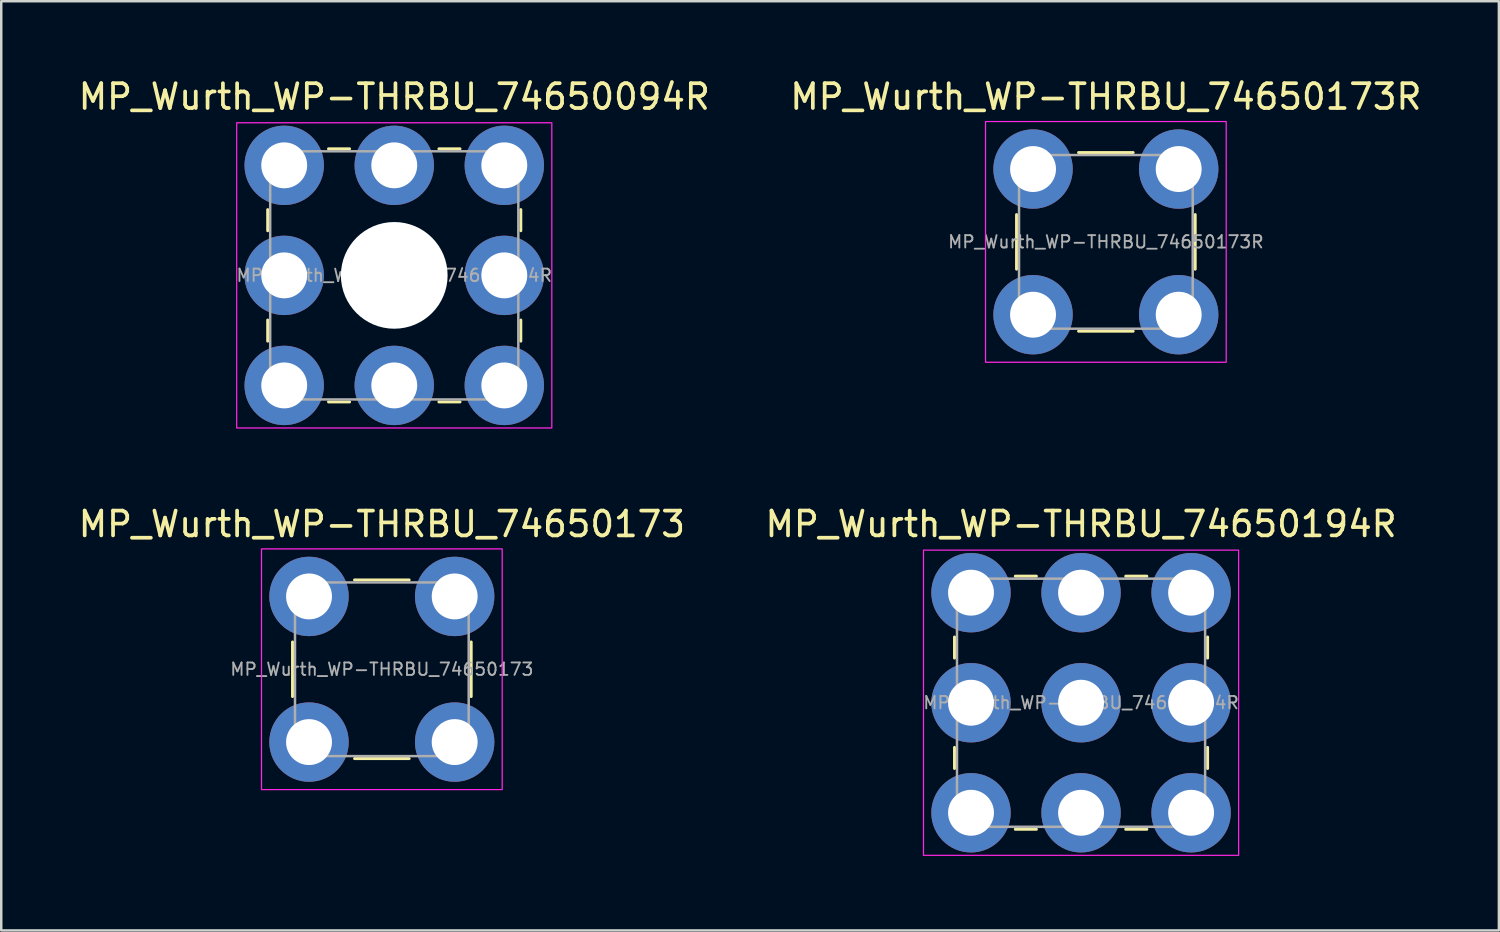
<source format=kicad_pcb>
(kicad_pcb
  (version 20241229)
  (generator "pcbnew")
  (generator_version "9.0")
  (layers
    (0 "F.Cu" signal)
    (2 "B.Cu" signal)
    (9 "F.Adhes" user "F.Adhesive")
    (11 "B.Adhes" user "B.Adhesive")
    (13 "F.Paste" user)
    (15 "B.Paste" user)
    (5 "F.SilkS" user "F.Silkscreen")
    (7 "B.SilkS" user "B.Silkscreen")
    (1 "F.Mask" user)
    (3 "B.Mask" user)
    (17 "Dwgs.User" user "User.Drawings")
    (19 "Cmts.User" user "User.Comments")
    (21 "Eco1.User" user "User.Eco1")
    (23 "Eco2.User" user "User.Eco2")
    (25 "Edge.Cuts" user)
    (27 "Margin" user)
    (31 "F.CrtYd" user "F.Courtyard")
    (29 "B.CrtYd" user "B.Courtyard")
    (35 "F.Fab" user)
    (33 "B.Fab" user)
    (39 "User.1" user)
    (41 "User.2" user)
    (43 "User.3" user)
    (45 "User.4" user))
  (footprint "MP_Wurth_WP-THRBU_74650173R"
    (layer "F.Cu")
    (at 41.518 6.698)
    (property "Reference" "MP_Wurth_WP-THRBU_74650173R" (at 0 -5.85 0) (unlocked yes) (layer "F.SilkS") (effects (font (size 1 1) (thickness 0.15))))
    (attr through_hole)
    (fp_line (start -3.6 1.1) (end -3.6 -1.1) (stroke (width 0.12) (type solid)) (layer "F.SilkS"))
    (fp_line (start -1.1 -3.6) (end 1.1 -3.6) (stroke (width 0.12) (type solid)) (layer "F.SilkS"))
    (fp_line (start -1.1 3.6) (end 1.1 3.6) (stroke (width 0.12) (type solid)) (layer "F.SilkS"))
    (fp_line (start 3.6 -1.1) (end 3.6 1.1) (stroke (width 0.12) (type solid)) (layer "F.SilkS"))
    (fp_circle (center -2.935 -2.935) (end -2.185 -2.935) (stroke (width 1.6) (type solid)) (fill no) (layer "F.Paste"))
    (fp_circle (center -2.935 2.935) (end -2.185 2.935) (stroke (width 1.6) (type solid)) (fill no) (layer "F.Paste"))
    (fp_circle (center 2.935 -2.935) (end 3.685 -2.935) (stroke (width 1.6) (type solid)) (fill no) (layer "F.Paste"))
    (fp_circle (center 2.935 2.935) (end 3.685 2.935) (stroke (width 1.6) (type solid)) (fill no) (layer "F.Paste"))
    (fp_rect (start -4.85 -4.85) (end 4.85 4.85) (stroke (width 0.05) (type solid)) (fill no) (layer "F.CrtYd"))
    (fp_line (start -3.5 -3.5) (end 3.5 -3.5) (stroke (width 0.1) (type solid)) (layer "F.Fab"))
    (fp_line (start -3.5 3.5) (end -3.5 -3.5) (stroke (width 0.1) (type solid)) (layer "F.Fab"))
    (fp_line (start 3.5 -3.5) (end 3.5 3.5) (stroke (width 0.1) (type solid)) (layer "F.Fab"))
    (fp_line (start 3.5 3.5) (end -3.5 3.5) (stroke (width 0.1) (type solid)) (layer "F.Fab"))
    (fp_text user "${REFERENCE}" (at 0 0 0) (unlocked yes) (layer "F.Fab") (effects (font (size 0.5 0.5) (thickness 0.075))))
    (pad "1" thru_hole circle (at -2.935 -2.935) (size 3.2 3.2) (drill 1.85) (layers "*.Cu" "*.Mask"))
    (pad "1" thru_hole circle (at -2.935 2.935) (size 3.2 3.2) (drill 1.85) (layers "*.Cu" "*.Mask"))
    (pad "1" thru_hole circle (at 2.935 -2.935) (size 3.2 3.2) (drill 1.85) (layers "*.Cu" "*.Mask"))
    (pad "1" thru_hole circle (at 2.935 2.935) (size 3.2 3.2) (drill 1.85) (layers "*.Cu" "*.Mask")))
  (footprint "MP_Wurth_WP-THRBU_74650173"
    (layer "F.Cu")
    (at 12.339 23.922)
    (property "Reference" "MP_Wurth_WP-THRBU_74650173" (at 0 -5.85 0) (unlocked yes) (layer "F.SilkS") (effects (font (size 1 1) (thickness 0.15))))
    (attr through_hole)
    (fp_line (start -3.6 1.1) (end -3.6 -1.1) (stroke (width 0.12) (type solid)) (layer "F.SilkS"))
    (fp_line (start -1.1 -3.6) (end 1.1 -3.6) (stroke (width 0.12) (type solid)) (layer "F.SilkS"))
    (fp_line (start -1.1 3.6) (end 1.1 3.6) (stroke (width 0.12) (type solid)) (layer "F.SilkS"))
    (fp_line (start 3.6 -1.1) (end 3.6 1.1) (stroke (width 0.12) (type solid)) (layer "F.SilkS"))
    (fp_circle (center -2.935 -2.935) (end -2.185 -2.935) (stroke (width 1.6) (type solid)) (fill no) (layer "F.Paste"))
    (fp_circle (center -2.935 2.935) (end -2.185 2.935) (stroke (width 1.6) (type solid)) (fill no) (layer "F.Paste"))
    (fp_circle (center 2.935 -2.935) (end 3.685 -2.935) (stroke (width 1.6) (type solid)) (fill no) (layer "F.Paste"))
    (fp_circle (center 2.935 2.935) (end 3.685 2.935) (stroke (width 1.6) (type solid)) (fill no) (layer "F.Paste"))
    (fp_rect (start -4.85 -4.85) (end 4.85 4.85) (stroke (width 0.05) (type solid)) (fill no) (layer "F.CrtYd"))
    (fp_line (start -3.5 -3.5) (end 3.5 -3.5) (stroke (width 0.1) (type solid)) (layer "F.Fab"))
    (fp_line (start -3.5 3.5) (end -3.5 -3.5) (stroke (width 0.1) (type solid)) (layer "F.Fab"))
    (fp_line (start 3.5 -3.5) (end 3.5 3.5) (stroke (width 0.1) (type solid)) (layer "F.Fab"))
    (fp_line (start 3.5 3.5) (end -3.5 3.5) (stroke (width 0.1) (type solid)) (layer "F.Fab"))
    (fp_text user "${REFERENCE}" (at 0 0 0) (unlocked yes) (layer "F.Fab") (effects (font (size 0.5 0.5) (thickness 0.075))))
    (pad "1" thru_hole circle (at -2.935 -2.935) (size 3.2 3.2) (drill 1.85) (layers "*.Cu" "*.Mask"))
    (pad "1" thru_hole circle (at -2.935 2.935) (size 3.2 3.2) (drill 1.85) (layers "*.Cu" "*.Mask"))
    (pad "1" thru_hole circle (at 2.935 -2.935) (size 3.2 3.2) (drill 1.85) (layers "*.Cu" "*.Mask"))
    (pad "1" thru_hole circle (at 2.935 2.935) (size 3.2 3.2) (drill 1.85) (layers "*.Cu" "*.Mask")))
  (footprint "MP_Wurth_WP-THRBU_74650094R"
    (layer "F.Cu")
    (at 12.839 8.048)
    (property "Reference" "MP_Wurth_WP-THRBU_74650094R" (at 0 -7.2 0) (unlocked yes) (layer "F.SilkS") (effects (font (size 1 1) (thickness 0.15))))
    (attr through_hole)
    (fp_line (start -5.1 -1.8) (end -5.1 -2.65) (stroke (width 0.12) (type solid)) (layer "F.SilkS"))
    (fp_line (start -5.1 2.65) (end -5.1 1.8) (stroke (width 0.12) (type solid)) (layer "F.SilkS"))
    (fp_line (start -2.65 -5.1) (end -1.8 -5.1) (stroke (width 0.12) (type solid)) (layer "F.SilkS"))
    (fp_line (start -1.8 5.1) (end -2.65 5.1) (stroke (width 0.12) (type solid)) (layer "F.SilkS"))
    (fp_line (start 1.8 -5.1) (end 2.65 -5.1) (stroke (width 0.12) (type solid)) (layer "F.SilkS"))
    (fp_line (start 2.65 5.1) (end 1.8 5.1) (stroke (width 0.12) (type solid)) (layer "F.SilkS"))
    (fp_line (start 5.1 -2.65) (end 5.1 -1.8) (stroke (width 0.12) (type solid)) (layer "F.SilkS"))
    (fp_line (start 5.1 1.8) (end 5.1 2.65) (stroke (width 0.12) (type solid)) (layer "F.SilkS"))
    (fp_circle (center -4.435 -4.435) (end -3.685 -4.435) (stroke (width 1.6) (type solid)) (fill no) (layer "F.Paste"))
    (fp_circle (center -4.435 0) (end -3.685 0) (stroke (width 1.6) (type solid)) (fill no) (layer "F.Paste"))
    (fp_circle (center -4.435 4.435) (end -3.685 4.435) (stroke (width 1.6) (type solid)) (fill no) (layer "F.Paste"))
    (fp_circle (center 0 -4.435) (end 0.75 -4.435) (stroke (width 1.6) (type solid)) (fill no) (layer "F.Paste"))
    (fp_circle (center 0 4.435) (end 0.75 4.435) (stroke (width 1.6) (type solid)) (fill no) (layer "F.Paste"))
    (fp_circle (center 4.435 -4.435) (end 5.185 -4.435) (stroke (width 1.6) (type solid)) (fill no) (layer "F.Paste"))
    (fp_circle (center 4.435 0) (end 5.185 0) (stroke (width 1.6) (type solid)) (fill no) (layer "F.Paste"))
    (fp_circle (center 4.435 4.435) (end 5.185 4.435) (stroke (width 1.6) (type solid)) (fill no) (layer "F.Paste"))
    (fp_rect (start -6.35 -6.15) (end 6.35 6.15) (stroke (width 0.05) (type solid)) (fill no) (layer "F.CrtYd"))
    (fp_line (start -5 -5) (end 5 -5) (stroke (width 0.1) (type solid)) (layer "F.Fab"))
    (fp_line (start -5 5) (end -5 -5) (stroke (width 0.1) (type solid)) (layer "F.Fab"))
    (fp_line (start 5 -5) (end 5 5) (stroke (width 0.1) (type solid)) (layer "F.Fab"))
    (fp_line (start 5 5) (end -5 5) (stroke (width 0.1) (type solid)) (layer "F.Fab"))
    (fp_text user "${REFERENCE}" (at 0 0 0) (unlocked yes) (layer "F.Fab") (effects (font (size 0.5 0.5) (thickness 0.075))))
    (pad "" np_thru_hole circle (at 0 0) (size 4.3 4.3) (drill 4.3) (layers "*.Cu" "*.Mask"))
    (pad "1" thru_hole circle (at -4.435 -4.435) (size 3.2 3.2) (drill 1.85) (layers "*.Cu" "*.Mask"))
    (pad "1" thru_hole circle (at -4.435 0) (size 3.2 3.2) (drill 1.85) (layers "*.Cu" "*.Mask"))
    (pad "1" thru_hole circle (at -4.435 4.435) (size 3.2 3.2) (drill 1.85) (layers "*.Cu" "*.Mask"))
    (pad "1" thru_hole circle (at 0 -4.435) (size 3.2 3.2) (drill 1.85) (layers "*.Cu" "*.Mask"))
    (pad "1" thru_hole circle (at 0 4.435) (size 3.2 3.2) (drill 1.85) (layers "*.Cu" "*.Mask"))
    (pad "1" thru_hole circle (at 4.435 -4.435) (size 3.2 3.2) (drill 1.85) (layers "*.Cu" "*.Mask"))
    (pad "1" thru_hole circle (at 4.435 0) (size 3.2 3.2) (drill 1.85) (layers "*.Cu" "*.Mask"))
    (pad "1" thru_hole circle (at 4.435 4.435) (size 3.2 3.2) (drill 1.85) (layers "*.Cu" "*.Mask")))
  (footprint "MP_Wurth_WP-THRBU_74650194R"
    (layer "F.Cu")
    (at 40.518 25.271)
    (property "Reference" "MP_Wurth_WP-THRBU_74650194R" (at 0 -7.2 0) (unlocked yes) (layer "F.SilkS") (effects (font (size 1 1) (thickness 0.15))))
    (attr through_hole)
    (fp_line (start -5.1 -1.8) (end -5.1 -2.65) (stroke (width 0.12) (type solid)) (layer "F.SilkS"))
    (fp_line (start -5.1 2.65) (end -5.1 1.8) (stroke (width 0.12) (type solid)) (layer "F.SilkS"))
    (fp_line (start -2.65 -5.1) (end -1.8 -5.1) (stroke (width 0.12) (type solid)) (layer "F.SilkS"))
    (fp_line (start -1.8 5.1) (end -2.65 5.1) (stroke (width 0.12) (type solid)) (layer "F.SilkS"))
    (fp_line (start 1.8 -5.1) (end 2.65 -5.1) (stroke (width 0.12) (type solid)) (layer "F.SilkS"))
    (fp_line (start 2.65 5.1) (end 1.8 5.1) (stroke (width 0.12) (type solid)) (layer "F.SilkS"))
    (fp_line (start 5.1 -2.65) (end 5.1 -1.8) (stroke (width 0.12) (type solid)) (layer "F.SilkS"))
    (fp_line (start 5.1 1.8) (end 5.1 2.65) (stroke (width 0.12) (type solid)) (layer "F.SilkS"))
    (fp_circle (center -4.435 -4.435) (end -3.685 -4.435) (stroke (width 1.6) (type solid)) (fill no) (layer "F.Paste"))
    (fp_circle (center -4.435 0) (end -3.685 0) (stroke (width 1.6) (type solid)) (fill no) (layer "F.Paste"))
    (fp_circle (center -4.435 4.435) (end -3.685 4.435) (stroke (width 1.6) (type solid)) (fill no) (layer "F.Paste"))
    (fp_circle (center 0 -4.435) (end 0.75 -4.435) (stroke (width 1.6) (type solid)) (fill no) (layer "F.Paste"))
    (fp_circle (center 0 0) (end 0.75 0) (stroke (width 1.6) (type solid)) (fill no) (layer "F.Paste"))
    (fp_circle (center 0 4.435) (end 0.75 4.435) (stroke (width 1.6) (type solid)) (fill no) (layer "F.Paste"))
    (fp_circle (center 4.435 -4.435) (end 5.185 -4.435) (stroke (width 1.6) (type solid)) (fill no) (layer "F.Paste"))
    (fp_circle (center 4.435 0) (end 5.185 0) (stroke (width 1.6) (type solid)) (fill no) (layer "F.Paste"))
    (fp_circle (center 4.435 4.435) (end 5.185 4.435) (stroke (width 1.6) (type solid)) (fill no) (layer "F.Paste"))
    (fp_rect (start -6.35 -6.15) (end 6.35 6.15) (stroke (width 0.05) (type solid)) (fill no) (layer "F.CrtYd"))
    (fp_line (start -5 -5) (end 5 -5) (stroke (width 0.1) (type solid)) (layer "F.Fab"))
    (fp_line (start -5 5) (end -5 -5) (stroke (width 0.1) (type solid)) (layer "F.Fab"))
    (fp_line (start 5 -5) (end 5 5) (stroke (width 0.1) (type solid)) (layer "F.Fab"))
    (fp_line (start 5 5) (end -5 5) (stroke (width 0.1) (type solid)) (layer "F.Fab"))
    (fp_text user "${REFERENCE}" (at 0 0 0) (unlocked yes) (layer "F.Fab") (effects (font (size 0.5 0.5) (thickness 0.075))))
    (pad "1" thru_hole circle (at -4.435 -4.435) (size 3.2 3.2) (drill 1.85) (layers "*.Cu" "*.Mask"))
    (pad "1" thru_hole circle (at -4.435 0) (size 3.2 3.2) (drill 1.85) (layers "*.Cu" "*.Mask"))
    (pad "1" thru_hole circle (at -4.435 4.435) (size 3.2 3.2) (drill 1.85) (layers "*.Cu" "*.Mask"))
    (pad "1" thru_hole circle (at 0 -4.435) (size 3.2 3.2) (drill 1.85) (layers "*.Cu" "*.Mask"))
    (pad "1" thru_hole circle (at 0 0) (size 3.2 3.2) (drill 1.85) (layers "*.Cu" "*.Mask"))
    (pad "1" thru_hole circle (at 0 4.435) (size 3.2 3.2) (drill 1.85) (layers "*.Cu" "*.Mask"))
    (pad "1" thru_hole circle (at 4.435 -4.435) (size 3.2 3.2) (drill 1.85) (layers "*.Cu" "*.Mask"))
    (pad "1" thru_hole circle (at 4.435 0) (size 3.2 3.2) (drill 1.85) (layers "*.Cu" "*.Mask"))
    (pad "1" thru_hole circle (at 4.435 4.435) (size 3.2 3.2) (drill 1.85) (layers "*.Cu" "*.Mask")))
  (gr_rect
    (start -3 -3)
    (end 57.357 34.447)
    (stroke (width 0.1) (type default))
    (fill no)
    (layer "Edge.Cuts")))
</source>
